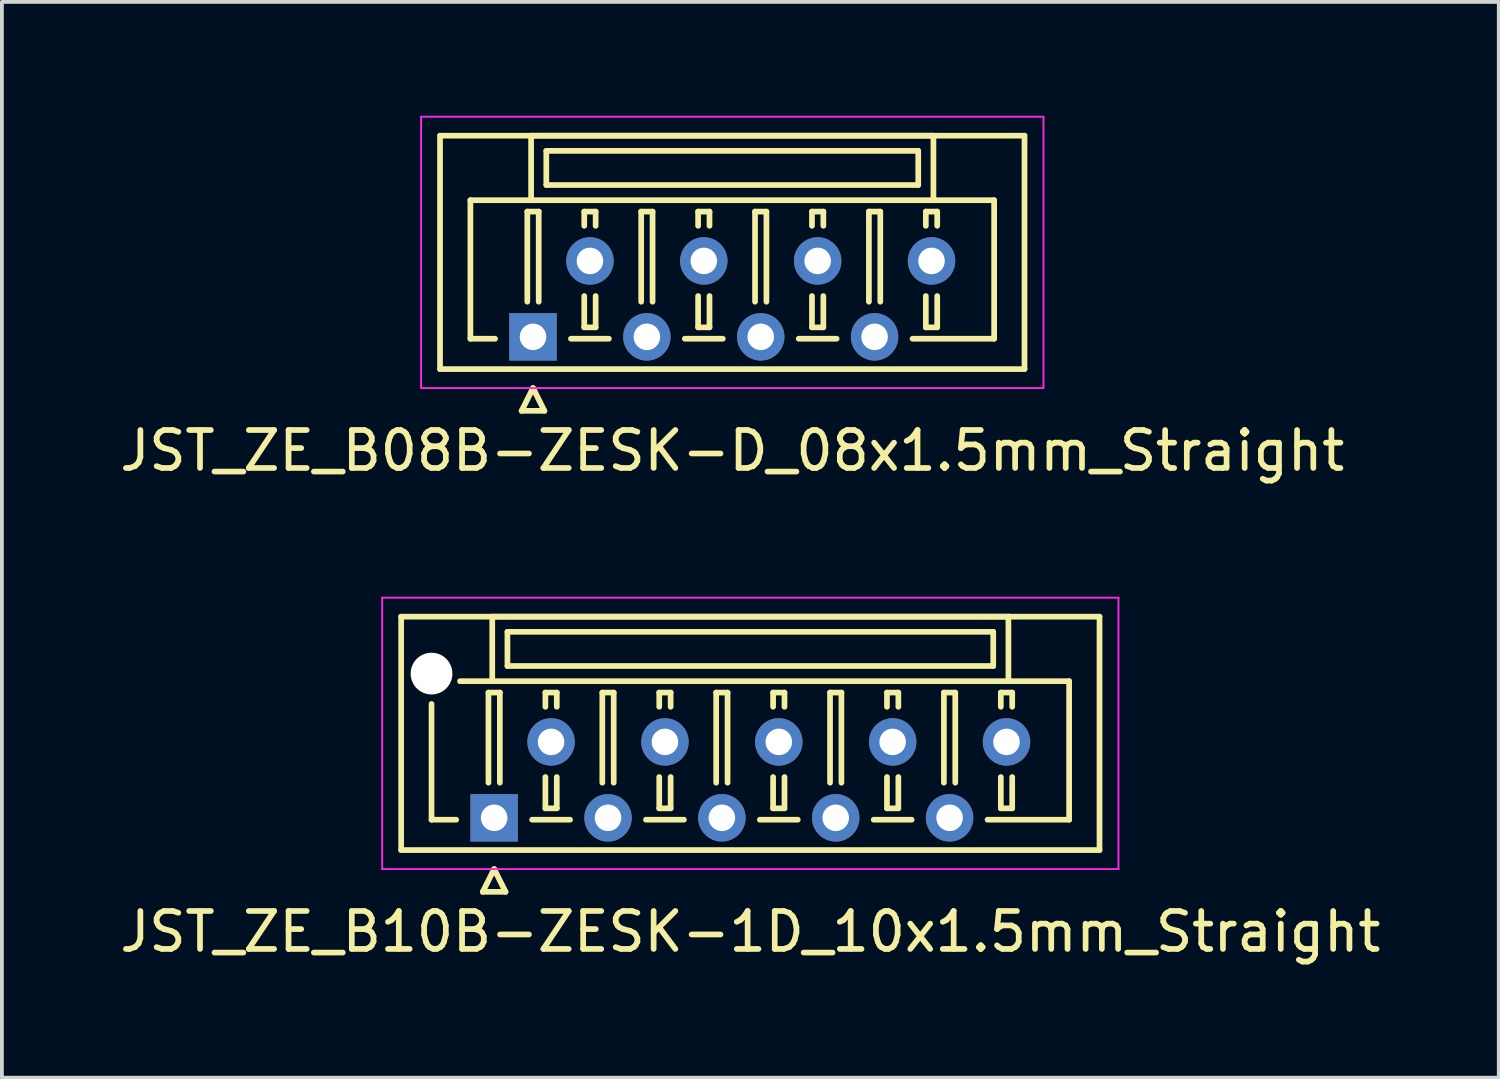
<source format=kicad_pcb>
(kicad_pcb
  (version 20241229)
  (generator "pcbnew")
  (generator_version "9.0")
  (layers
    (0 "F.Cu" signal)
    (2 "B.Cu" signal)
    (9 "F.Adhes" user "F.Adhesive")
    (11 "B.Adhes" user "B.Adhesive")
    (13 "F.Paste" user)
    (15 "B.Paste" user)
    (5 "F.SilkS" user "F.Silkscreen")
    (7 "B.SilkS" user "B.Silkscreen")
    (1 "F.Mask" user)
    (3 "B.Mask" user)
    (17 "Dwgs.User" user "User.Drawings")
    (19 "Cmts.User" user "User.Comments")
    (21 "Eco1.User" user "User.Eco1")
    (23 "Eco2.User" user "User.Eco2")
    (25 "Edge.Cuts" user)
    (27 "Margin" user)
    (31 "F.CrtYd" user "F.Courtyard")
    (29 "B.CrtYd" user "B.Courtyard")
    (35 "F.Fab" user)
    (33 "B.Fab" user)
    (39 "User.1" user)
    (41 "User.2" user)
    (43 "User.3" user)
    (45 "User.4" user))
  (footprint "JST_ZE_B08B-ZESK-D_08x1.5mm_Straight"
    (layer "F.Cu")
    (at 10.994 5.825)
    (property "Reference" "JST_ZE_B08B-ZESK-D_08x1.5mm_Straight" (at 5.25 3 0) (layer "F.SilkS") (effects (font (size 1 1) (thickness 0.15))))
    (attr through_hole)
    (fp_line (start -2.45 -5.3) (end -2.45 0.85) (stroke (width 0.15) (type solid)) (layer "F.SilkS"))
    (fp_line (start -2.45 0.85) (end 12.95 0.85) (stroke (width 0.15) (type solid)) (layer "F.SilkS"))
    (fp_line (start -1.65 -3.6) (end -1.65 0.05) (stroke (width 0.15) (type solid)) (layer "F.SilkS"))
    (fp_line (start -1.65 0.05) (end -1 0.05) (stroke (width 0.15) (type solid)) (layer "F.SilkS"))
    (fp_line (start -0.3 1.95) (end 0 1.35) (stroke (width 0.15) (type solid)) (layer "F.SilkS"))
    (fp_line (start -0.15 -3.3) (end 0.15 -3.3) (stroke (width 0.15) (type solid)) (layer "F.SilkS"))
    (fp_line (start -0.15 -0.925) (end -0.15 -3.3) (stroke (width 0.15) (type solid)) (layer "F.SilkS"))
    (fp_line (start -0.05 -5.3) (end -0.05 -3.6) (stroke (width 0.15) (type solid)) (layer "F.SilkS"))
    (fp_line (start -0.05 -3.6) (end -1.65 -3.6) (stroke (width 0.15) (type solid)) (layer "F.SilkS"))
    (fp_line (start -0.05 -3.6) (end 10.55 -3.6) (stroke (width 0.15) (type solid)) (layer "F.SilkS"))
    (fp_line (start 0 1.35) (end 0.3 1.95) (stroke (width 0.15) (type solid)) (layer "F.SilkS"))
    (fp_line (start 0.15 -3.3) (end 0.15 -0.925) (stroke (width 0.15) (type solid)) (layer "F.SilkS"))
    (fp_line (start 0.3 1.95) (end -0.3 1.95) (stroke (width 0.15) (type solid)) (layer "F.SilkS"))
    (fp_line (start 0.35 -4.9) (end 0.35 -4) (stroke (width 0.15) (type solid)) (layer "F.SilkS"))
    (fp_line (start 0.35 -4) (end 10.15 -4) (stroke (width 0.15) (type solid)) (layer "F.SilkS"))
    (fp_line (start 1 0.05) (end 2 0.05) (stroke (width 0.15) (type solid)) (layer "F.SilkS"))
    (fp_line (start 1.35 -3.3) (end 1.65 -3.3) (stroke (width 0.15) (type solid)) (layer "F.SilkS"))
    (fp_line (start 1.35 -2.925) (end 1.35 -3.3) (stroke (width 0.15) (type solid)) (layer "F.SilkS"))
    (fp_line (start 1.35 -1.075) (end 1.35 -0.25) (stroke (width 0.15) (type solid)) (layer "F.SilkS"))
    (fp_line (start 1.35 -0.25) (end 1.65 -0.25) (stroke (width 0.15) (type solid)) (layer "F.SilkS"))
    (fp_line (start 1.65 -3.3) (end 1.65 -2.925) (stroke (width 0.15) (type solid)) (layer "F.SilkS"))
    (fp_line (start 1.65 -0.25) (end 1.65 -1.075) (stroke (width 0.15) (type solid)) (layer "F.SilkS"))
    (fp_line (start 2.85 -3.3) (end 3.15 -3.3) (stroke (width 0.15) (type solid)) (layer "F.SilkS"))
    (fp_line (start 2.85 -0.925) (end 2.85 -3.3) (stroke (width 0.15) (type solid)) (layer "F.SilkS"))
    (fp_line (start 3.15 -3.3) (end 3.15 -0.925) (stroke (width 0.15) (type solid)) (layer "F.SilkS"))
    (fp_line (start 4 0.05) (end 5 0.05) (stroke (width 0.15) (type solid)) (layer "F.SilkS"))
    (fp_line (start 4.35 -3.3) (end 4.65 -3.3) (stroke (width 0.15) (type solid)) (layer "F.SilkS"))
    (fp_line (start 4.35 -2.925) (end 4.35 -3.3) (stroke (width 0.15) (type solid)) (layer "F.SilkS"))
    (fp_line (start 4.35 -1.075) (end 4.35 -0.25) (stroke (width 0.15) (type solid)) (layer "F.SilkS"))
    (fp_line (start 4.35 -0.25) (end 4.65 -0.25) (stroke (width 0.15) (type solid)) (layer "F.SilkS"))
    (fp_line (start 4.65 -3.3) (end 4.65 -2.925) (stroke (width 0.15) (type solid)) (layer "F.SilkS"))
    (fp_line (start 4.65 -0.25) (end 4.65 -1.075) (stroke (width 0.15) (type solid)) (layer "F.SilkS"))
    (fp_line (start 5.85 -3.3) (end 6.15 -3.3) (stroke (width 0.15) (type solid)) (layer "F.SilkS"))
    (fp_line (start 5.85 -0.925) (end 5.85 -3.3) (stroke (width 0.15) (type solid)) (layer "F.SilkS"))
    (fp_line (start 6.15 -3.3) (end 6.15 -0.925) (stroke (width 0.15) (type solid)) (layer "F.SilkS"))
    (fp_line (start 7 0.05) (end 8 0.05) (stroke (width 0.15) (type solid)) (layer "F.SilkS"))
    (fp_line (start 7.35 -3.3) (end 7.65 -3.3) (stroke (width 0.15) (type solid)) (layer "F.SilkS"))
    (fp_line (start 7.35 -2.925) (end 7.35 -3.3) (stroke (width 0.15) (type solid)) (layer "F.SilkS"))
    (fp_line (start 7.35 -1.075) (end 7.35 -0.25) (stroke (width 0.15) (type solid)) (layer "F.SilkS"))
    (fp_line (start 7.35 -0.25) (end 7.65 -0.25) (stroke (width 0.15) (type solid)) (layer "F.SilkS"))
    (fp_line (start 7.65 -3.3) (end 7.65 -2.925) (stroke (width 0.15) (type solid)) (layer "F.SilkS"))
    (fp_line (start 7.65 -0.25) (end 7.65 -1.075) (stroke (width 0.15) (type solid)) (layer "F.SilkS"))
    (fp_line (start 8.85 -3.3) (end 9.15 -3.3) (stroke (width 0.15) (type solid)) (layer "F.SilkS"))
    (fp_line (start 8.85 -0.925) (end 8.85 -3.3) (stroke (width 0.15) (type solid)) (layer "F.SilkS"))
    (fp_line (start 9.15 -3.3) (end 9.15 -0.925) (stroke (width 0.15) (type solid)) (layer "F.SilkS"))
    (fp_line (start 10.15 -4.9) (end 0.35 -4.9) (stroke (width 0.15) (type solid)) (layer "F.SilkS"))
    (fp_line (start 10.15 -4) (end 10.15 -4.9) (stroke (width 0.15) (type solid)) (layer "F.SilkS"))
    (fp_line (start 10.35 -3.3) (end 10.65 -3.3) (stroke (width 0.15) (type solid)) (layer "F.SilkS"))
    (fp_line (start 10.35 -2.925) (end 10.35 -3.3) (stroke (width 0.15) (type solid)) (layer "F.SilkS"))
    (fp_line (start 10.35 -1.075) (end 10.35 -0.25) (stroke (width 0.15) (type solid)) (layer "F.SilkS"))
    (fp_line (start 10.35 -0.25) (end 10.65 -0.25) (stroke (width 0.15) (type solid)) (layer "F.SilkS"))
    (fp_line (start 10.55 -5.3) (end -0.05 -5.3) (stroke (width 0.15) (type solid)) (layer "F.SilkS"))
    (fp_line (start 10.55 -3.6) (end 10.55 -5.3) (stroke (width 0.15) (type solid)) (layer "F.SilkS"))
    (fp_line (start 10.55 -3.6) (end 12.15 -3.6) (stroke (width 0.15) (type solid)) (layer "F.SilkS"))
    (fp_line (start 10.65 -3.3) (end 10.65 -2.925) (stroke (width 0.15) (type solid)) (layer "F.SilkS"))
    (fp_line (start 10.65 -0.25) (end 10.65 -1.075) (stroke (width 0.15) (type solid)) (layer "F.SilkS"))
    (fp_line (start 12.15 -3.6) (end 12.15 0.05) (stroke (width 0.15) (type solid)) (layer "F.SilkS"))
    (fp_line (start 12.15 0.05) (end 10 0.05) (stroke (width 0.15) (type solid)) (layer "F.SilkS"))
    (fp_line (start 12.95 -5.3) (end -2.45 -5.3) (stroke (width 0.15) (type solid)) (layer "F.SilkS"))
    (fp_line (start 12.95 0.85) (end 12.95 -5.3) (stroke (width 0.15) (type solid)) (layer "F.SilkS"))
    (fp_line (start -2.95 -5.8) (end -2.95 1.35) (stroke (width 0.05) (type solid)) (layer "F.CrtYd"))
    (fp_line (start -2.95 1.35) (end 13.45 1.35) (stroke (width 0.05) (type solid)) (layer "F.CrtYd"))
    (fp_line (start 13.45 -5.8) (end -2.95 -5.8) (stroke (width 0.05) (type solid)) (layer "F.CrtYd"))
    (fp_line (start 13.45 1.35) (end 13.45 -5.8) (stroke (width 0.05) (type solid)) (layer "F.CrtYd"))
    (pad "1" thru_hole rect (at 0 0) (size 1.25 1.25) (drill 0.7) (layers "*.Cu" "*.Mask"))
    (pad "2" thru_hole circle (at 1.5 -2) (size 1.25 1.25) (drill 0.7) (layers "*.Cu" "*.Mask"))
    (pad "3" thru_hole circle (at 3 0) (size 1.25 1.25) (drill 0.7) (layers "*.Cu" "*.Mask"))
    (pad "4" thru_hole circle (at 4.5 -2) (size 1.25 1.25) (drill 0.7) (layers "*.Cu" "*.Mask"))
    (pad "5" thru_hole circle (at 6 0) (size 1.25 1.25) (drill 0.7) (layers "*.Cu" "*.Mask"))
    (pad "6" thru_hole circle (at 7.5 -2) (size 1.25 1.25) (drill 0.7) (layers "*.Cu" "*.Mask"))
    (pad "7" thru_hole circle (at 9 0) (size 1.25 1.25) (drill 0.7) (layers "*.Cu" "*.Mask"))
    (pad "8" thru_hole circle (at 10.5 -2) (size 1.25 1.25) (drill 0.7) (layers "*.Cu" "*.Mask")))
  (footprint "JST_ZE_B10B-ZESK-1D_10x1.5mm_Straight"
    (layer "F.Cu")
    (at 9.97 18.498)
    (property "Reference" "JST_ZE_B10B-ZESK-1D_10x1.5mm_Straight" (at 6.75 3 0) (layer "F.SilkS") (effects (font (size 1 1) (thickness 0.15))))
    (attr through_hole)
    (fp_line (start -2.45 -5.3) (end -2.45 0.85) (stroke (width 0.15) (type solid)) (layer "F.SilkS"))
    (fp_line (start -2.45 0.85) (end 15.95 0.85) (stroke (width 0.15) (type solid)) (layer "F.SilkS"))
    (fp_line (start -1.65 -3) (end -1.65 0.05) (stroke (width 0.15) (type solid)) (layer "F.SilkS"))
    (fp_line (start -1.65 0.05) (end -1 0.05) (stroke (width 0.15) (type solid)) (layer "F.SilkS"))
    (fp_line (start -0.3 1.95) (end 0 1.35) (stroke (width 0.15) (type solid)) (layer "F.SilkS"))
    (fp_line (start -0.15 -3.3) (end 0.15 -3.3) (stroke (width 0.15) (type solid)) (layer "F.SilkS"))
    (fp_line (start -0.15 -0.925) (end -0.15 -3.3) (stroke (width 0.15) (type solid)) (layer "F.SilkS"))
    (fp_line (start -0.05 -5.3) (end -0.05 -3.6) (stroke (width 0.15) (type solid)) (layer "F.SilkS"))
    (fp_line (start -0.05 -3.6) (end -0.9 -3.6) (stroke (width 0.15) (type solid)) (layer "F.SilkS"))
    (fp_line (start -0.05 -3.6) (end 13.55 -3.6) (stroke (width 0.15) (type solid)) (layer "F.SilkS"))
    (fp_line (start 0 1.35) (end 0.3 1.95) (stroke (width 0.15) (type solid)) (layer "F.SilkS"))
    (fp_line (start 0.15 -3.3) (end 0.15 -0.925) (stroke (width 0.15) (type solid)) (layer "F.SilkS"))
    (fp_line (start 0.3 1.95) (end -0.3 1.95) (stroke (width 0.15) (type solid)) (layer "F.SilkS"))
    (fp_line (start 0.35 -4.9) (end 0.35 -4) (stroke (width 0.15) (type solid)) (layer "F.SilkS"))
    (fp_line (start 0.35 -4) (end 13.15 -4) (stroke (width 0.15) (type solid)) (layer "F.SilkS"))
    (fp_line (start 1 0.05) (end 2 0.05) (stroke (width 0.15) (type solid)) (layer "F.SilkS"))
    (fp_line (start 1.35 -3.3) (end 1.65 -3.3) (stroke (width 0.15) (type solid)) (layer "F.SilkS"))
    (fp_line (start 1.35 -2.925) (end 1.35 -3.3) (stroke (width 0.15) (type solid)) (layer "F.SilkS"))
    (fp_line (start 1.35 -1.075) (end 1.35 -0.25) (stroke (width 0.15) (type solid)) (layer "F.SilkS"))
    (fp_line (start 1.35 -0.25) (end 1.65 -0.25) (stroke (width 0.15) (type solid)) (layer "F.SilkS"))
    (fp_line (start 1.65 -3.3) (end 1.65 -2.925) (stroke (width 0.15) (type solid)) (layer "F.SilkS"))
    (fp_line (start 1.65 -0.25) (end 1.65 -1.075) (stroke (width 0.15) (type solid)) (layer "F.SilkS"))
    (fp_line (start 2.85 -3.3) (end 3.15 -3.3) (stroke (width 0.15) (type solid)) (layer "F.SilkS"))
    (fp_line (start 2.85 -0.925) (end 2.85 -3.3) (stroke (width 0.15) (type solid)) (layer "F.SilkS"))
    (fp_line (start 3.15 -3.3) (end 3.15 -0.925) (stroke (width 0.15) (type solid)) (layer "F.SilkS"))
    (fp_line (start 4 0.05) (end 5 0.05) (stroke (width 0.15) (type solid)) (layer "F.SilkS"))
    (fp_line (start 4.35 -3.3) (end 4.65 -3.3) (stroke (width 0.15) (type solid)) (layer "F.SilkS"))
    (fp_line (start 4.35 -2.925) (end 4.35 -3.3) (stroke (width 0.15) (type solid)) (layer "F.SilkS"))
    (fp_line (start 4.35 -1.075) (end 4.35 -0.25) (stroke (width 0.15) (type solid)) (layer "F.SilkS"))
    (fp_line (start 4.35 -0.25) (end 4.65 -0.25) (stroke (width 0.15) (type solid)) (layer "F.SilkS"))
    (fp_line (start 4.65 -3.3) (end 4.65 -2.925) (stroke (width 0.15) (type solid)) (layer "F.SilkS"))
    (fp_line (start 4.65 -0.25) (end 4.65 -1.075) (stroke (width 0.15) (type solid)) (layer "F.SilkS"))
    (fp_line (start 5.85 -3.3) (end 6.15 -3.3) (stroke (width 0.15) (type solid)) (layer "F.SilkS"))
    (fp_line (start 5.85 -0.925) (end 5.85 -3.3) (stroke (width 0.15) (type solid)) (layer "F.SilkS"))
    (fp_line (start 6.15 -3.3) (end 6.15 -0.925) (stroke (width 0.15) (type solid)) (layer "F.SilkS"))
    (fp_line (start 7 0.05) (end 8 0.05) (stroke (width 0.15) (type solid)) (layer "F.SilkS"))
    (fp_line (start 7.35 -3.3) (end 7.65 -3.3) (stroke (width 0.15) (type solid)) (layer "F.SilkS"))
    (fp_line (start 7.35 -2.925) (end 7.35 -3.3) (stroke (width 0.15) (type solid)) (layer "F.SilkS"))
    (fp_line (start 7.35 -1.075) (end 7.35 -0.25) (stroke (width 0.15) (type solid)) (layer "F.SilkS"))
    (fp_line (start 7.35 -0.25) (end 7.65 -0.25) (stroke (width 0.15) (type solid)) (layer "F.SilkS"))
    (fp_line (start 7.65 -3.3) (end 7.65 -2.925) (stroke (width 0.15) (type solid)) (layer "F.SilkS"))
    (fp_line (start 7.65 -0.25) (end 7.65 -1.075) (stroke (width 0.15) (type solid)) (layer "F.SilkS"))
    (fp_line (start 8.85 -3.3) (end 9.15 -3.3) (stroke (width 0.15) (type solid)) (layer "F.SilkS"))
    (fp_line (start 8.85 -0.925) (end 8.85 -3.3) (stroke (width 0.15) (type solid)) (layer "F.SilkS"))
    (fp_line (start 9.15 -3.3) (end 9.15 -0.925) (stroke (width 0.15) (type solid)) (layer "F.SilkS"))
    (fp_line (start 10 0.05) (end 11 0.05) (stroke (width 0.15) (type solid)) (layer "F.SilkS"))
    (fp_line (start 10.35 -3.3) (end 10.65 -3.3) (stroke (width 0.15) (type solid)) (layer "F.SilkS"))
    (fp_line (start 10.35 -2.925) (end 10.35 -3.3) (stroke (width 0.15) (type solid)) (layer "F.SilkS"))
    (fp_line (start 10.35 -1.075) (end 10.35 -0.25) (stroke (width 0.15) (type solid)) (layer "F.SilkS"))
    (fp_line (start 10.35 -0.25) (end 10.65 -0.25) (stroke (width 0.15) (type solid)) (layer "F.SilkS"))
    (fp_line (start 10.65 -3.3) (end 10.65 -2.925) (stroke (width 0.15) (type solid)) (layer "F.SilkS"))
    (fp_line (start 10.65 -0.25) (end 10.65 -1.075) (stroke (width 0.15) (type solid)) (layer "F.SilkS"))
    (fp_line (start 11.85 -3.3) (end 12.15 -3.3) (stroke (width 0.15) (type solid)) (layer "F.SilkS"))
    (fp_line (start 11.85 -0.925) (end 11.85 -3.3) (stroke (width 0.15) (type solid)) (layer "F.SilkS"))
    (fp_line (start 12.15 -3.3) (end 12.15 -0.925) (stroke (width 0.15) (type solid)) (layer "F.SilkS"))
    (fp_line (start 13.15 -4.9) (end 0.35 -4.9) (stroke (width 0.15) (type solid)) (layer "F.SilkS"))
    (fp_line (start 13.15 -4) (end 13.15 -4.9) (stroke (width 0.15) (type solid)) (layer "F.SilkS"))
    (fp_line (start 13.35 -3.3) (end 13.65 -3.3) (stroke (width 0.15) (type solid)) (layer "F.SilkS"))
    (fp_line (start 13.35 -2.925) (end 13.35 -3.3) (stroke (width 0.15) (type solid)) (layer "F.SilkS"))
    (fp_line (start 13.35 -1.075) (end 13.35 -0.25) (stroke (width 0.15) (type solid)) (layer "F.SilkS"))
    (fp_line (start 13.35 -0.25) (end 13.65 -0.25) (stroke (width 0.15) (type solid)) (layer "F.SilkS"))
    (fp_line (start 13.55 -5.3) (end -0.05 -5.3) (stroke (width 0.15) (type solid)) (layer "F.SilkS"))
    (fp_line (start 13.55 -3.6) (end 13.55 -5.3) (stroke (width 0.15) (type solid)) (layer "F.SilkS"))
    (fp_line (start 13.55 -3.6) (end 15.15 -3.6) (stroke (width 0.15) (type solid)) (layer "F.SilkS"))
    (fp_line (start 13.65 -3.3) (end 13.65 -2.925) (stroke (width 0.15) (type solid)) (layer "F.SilkS"))
    (fp_line (start 13.65 -0.25) (end 13.65 -1.075) (stroke (width 0.15) (type solid)) (layer "F.SilkS"))
    (fp_line (start 15.15 -3.6) (end 15.15 0.05) (stroke (width 0.15) (type solid)) (layer "F.SilkS"))
    (fp_line (start 15.15 0.05) (end 13 0.05) (stroke (width 0.15) (type solid)) (layer "F.SilkS"))
    (fp_line (start 15.95 -5.3) (end -2.45 -5.3) (stroke (width 0.15) (type solid)) (layer "F.SilkS"))
    (fp_line (start 15.95 0.85) (end 15.95 -5.3) (stroke (width 0.15) (type solid)) (layer "F.SilkS"))
    (fp_line (start -2.95 -5.8) (end -2.95 1.35) (stroke (width 0.05) (type solid)) (layer "F.CrtYd"))
    (fp_line (start -2.95 1.35) (end 16.45 1.35) (stroke (width 0.05) (type solid)) (layer "F.CrtYd"))
    (fp_line (start 16.45 -5.8) (end -2.95 -5.8) (stroke (width 0.05) (type solid)) (layer "F.CrtYd"))
    (fp_line (start 16.45 1.35) (end 16.45 -5.8) (stroke (width 0.05) (type solid)) (layer "F.CrtYd"))
    (pad "" np_thru_hole circle (at -1.65 -3.8) (size 1.1 1.1) (drill 1.1) (layers "*.Cu"))
    (pad "1" thru_hole rect (at 0 0) (size 1.25 1.25) (drill 0.7) (layers "*.Cu" "*.Mask"))
    (pad "2" thru_hole circle (at 1.5 -2) (size 1.25 1.25) (drill 0.7) (layers "*.Cu" "*.Mask"))
    (pad "3" thru_hole circle (at 3 0) (size 1.25 1.25) (drill 0.7) (layers "*.Cu" "*.Mask"))
    (pad "4" thru_hole circle (at 4.5 -2) (size 1.25 1.25) (drill 0.7) (layers "*.Cu" "*.Mask"))
    (pad "5" thru_hole circle (at 6 0) (size 1.25 1.25) (drill 0.7) (layers "*.Cu" "*.Mask"))
    (pad "6" thru_hole circle (at 7.5 -2) (size 1.25 1.25) (drill 0.7) (layers "*.Cu" "*.Mask"))
    (pad "7" thru_hole circle (at 9 0) (size 1.25 1.25) (drill 0.7) (layers "*.Cu" "*.Mask"))
    (pad "8" thru_hole circle (at 10.5 -2) (size 1.25 1.25) (drill 0.7) (layers "*.Cu" "*.Mask"))
    (pad "9" thru_hole circle (at 12 0) (size 1.25 1.25) (drill 0.7) (layers "*.Cu" "*.Mask"))
    (pad "10" thru_hole circle (at 13.5 -2) (size 1.25 1.25) (drill 0.7) (layers "*.Cu" "*.Mask")))
  (gr_rect
    (start -3 -3)
    (end 36.44 25.346)
    (stroke (width 0.1) (type default))
    (fill no)
    (layer "Edge.Cuts")))
</source>
